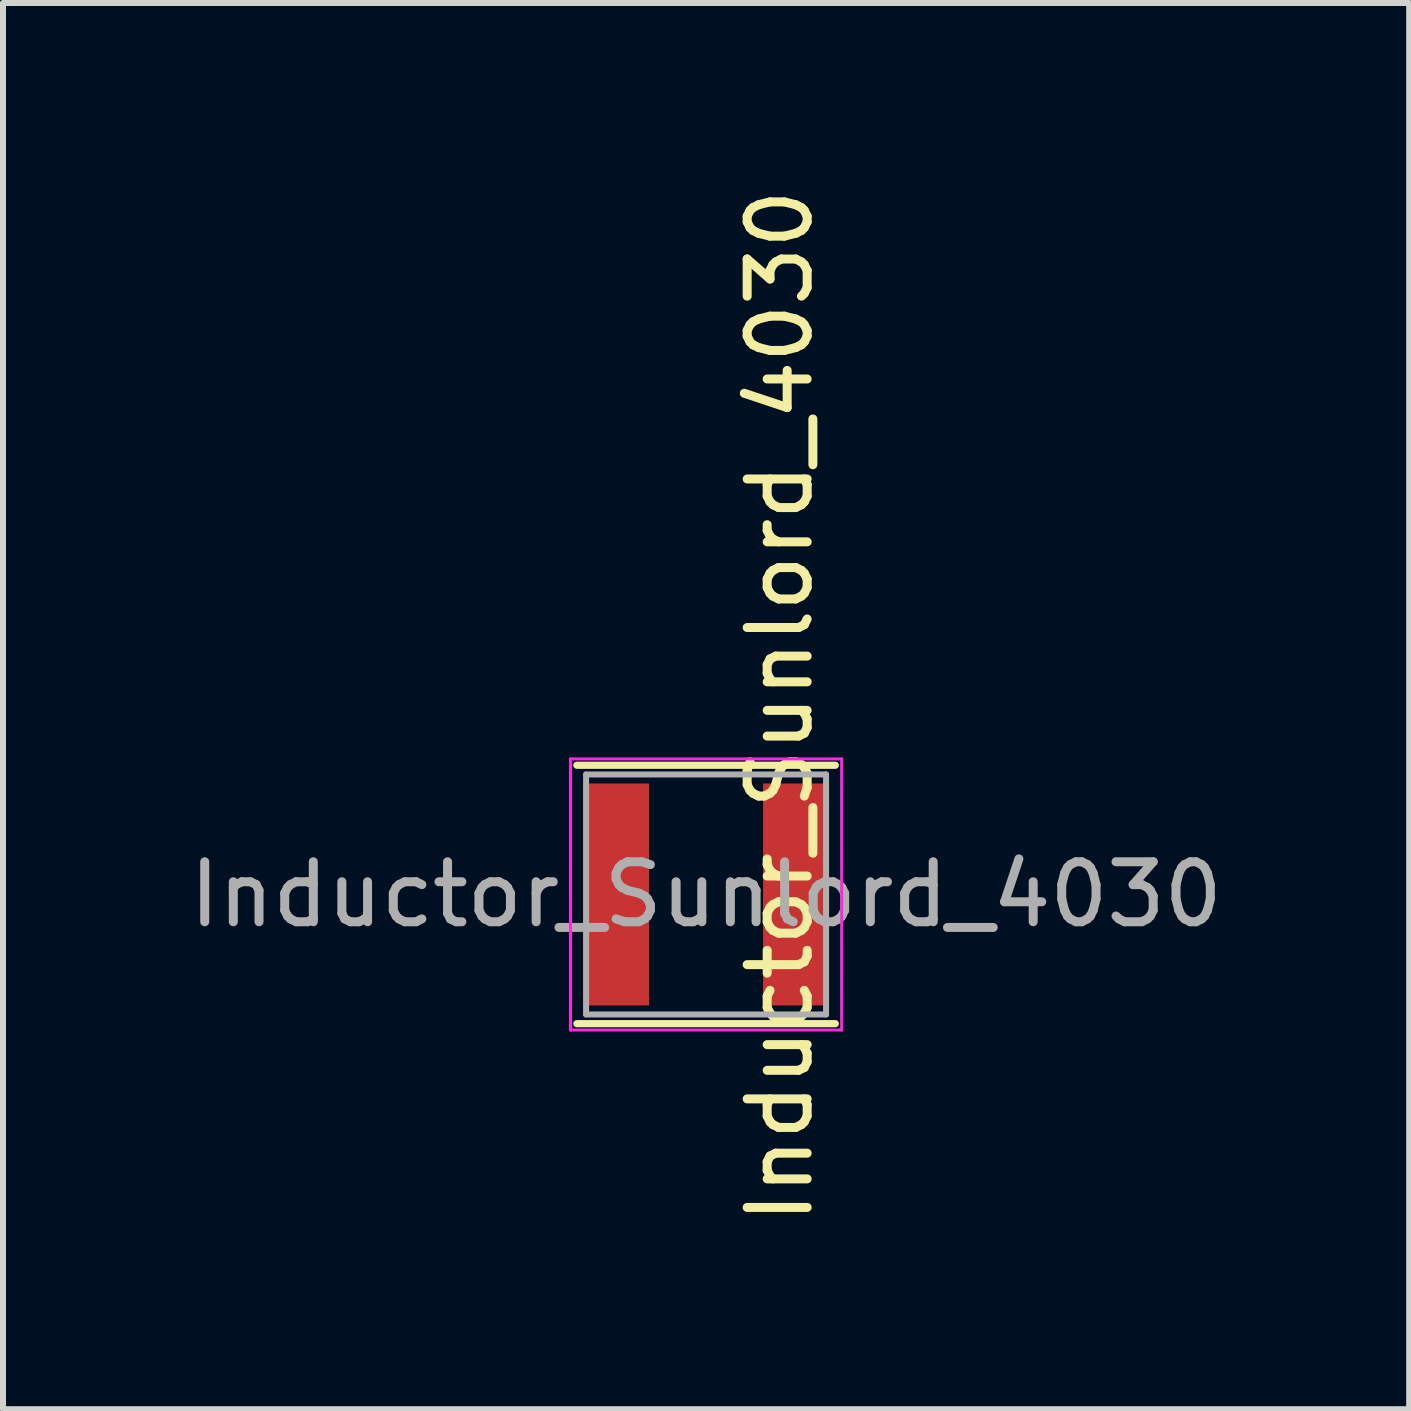
<source format=kicad_pcb>
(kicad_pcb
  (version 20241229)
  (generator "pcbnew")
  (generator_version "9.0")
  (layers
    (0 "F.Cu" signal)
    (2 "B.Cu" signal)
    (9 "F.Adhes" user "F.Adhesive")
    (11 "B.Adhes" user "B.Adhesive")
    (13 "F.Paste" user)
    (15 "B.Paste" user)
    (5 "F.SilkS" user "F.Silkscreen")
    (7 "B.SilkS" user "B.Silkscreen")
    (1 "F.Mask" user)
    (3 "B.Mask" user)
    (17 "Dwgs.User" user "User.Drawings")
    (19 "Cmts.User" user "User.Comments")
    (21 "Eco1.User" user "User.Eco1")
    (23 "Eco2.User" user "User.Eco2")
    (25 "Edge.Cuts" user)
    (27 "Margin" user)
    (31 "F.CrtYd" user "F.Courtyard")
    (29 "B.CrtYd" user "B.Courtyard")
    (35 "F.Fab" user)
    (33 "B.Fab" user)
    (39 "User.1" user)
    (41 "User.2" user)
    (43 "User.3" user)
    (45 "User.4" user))
  (footprint "Inductor_Sunlord_4030"
    (layer "F.Cu")
    (at 8.72 11.86)
    (property "Reference" "Inductor_Sunlord_4030" (at 1.23 -3.14 90) (layer "F.SilkS") (effects (font (size 1 1) (thickness 0.15))))
    (attr smd)
    (fp_line (start -2.154 -2.154) (end 2.154 -2.154) (stroke (width 0.12) (type solid)) (layer "F.SilkS"))
    (fp_line (start 2.154 2.154) (end -2.154 2.154) (stroke (width 0.12) (type solid)) (layer "F.SilkS"))
    (fp_line (start -2.26 -2.26) (end 2.26 -2.26) (stroke (width 0.05) (type solid)) (layer "F.CrtYd"))
    (fp_line (start -2.26 2.26) (end -2.26 -2.26) (stroke (width 0.05) (type solid)) (layer "F.CrtYd"))
    (fp_line (start 2.26 -2.26) (end 2.26 2.26) (stroke (width 0.05) (type solid)) (layer "F.CrtYd"))
    (fp_line (start 2.26 2.26) (end -2.26 2.26) (stroke (width 0.05) (type solid)) (layer "F.CrtYd"))
    (fp_line (start -2 -2) (end 2 -2) (stroke (width 0.1) (type solid)) (layer "F.Fab"))
    (fp_line (start -2 2) (end -2 -2) (stroke (width 0.1) (type solid)) (layer "F.Fab"))
    (fp_line (start 2 -2) (end 2 2) (stroke (width 0.1) (type solid)) (layer "F.Fab"))
    (fp_line (start 2 2) (end -2 2) (stroke (width 0.1) (type solid)) (layer "F.Fab"))
    (fp_text user "${REFERENCE}" (at 0 0 0) (layer "F.Fab") (effects (font (size 1 1) (thickness 0.15))))
    (pad "1" smd rect (at -1.5 0) (size 1.1 3.7) (layers "F.Cu" "F.Mask" "F.Paste"))
    (pad "2" smd rect (at 1.5 0) (size 1.1 3.7) (layers "F.Cu" "F.Mask" "F.Paste")))
  (gr_rect
    (start -3 -3)
    (end 20.44 20.44)
    (stroke (width 0.1) (type default))
    (fill no)
    (layer "Edge.Cuts")))
</source>
